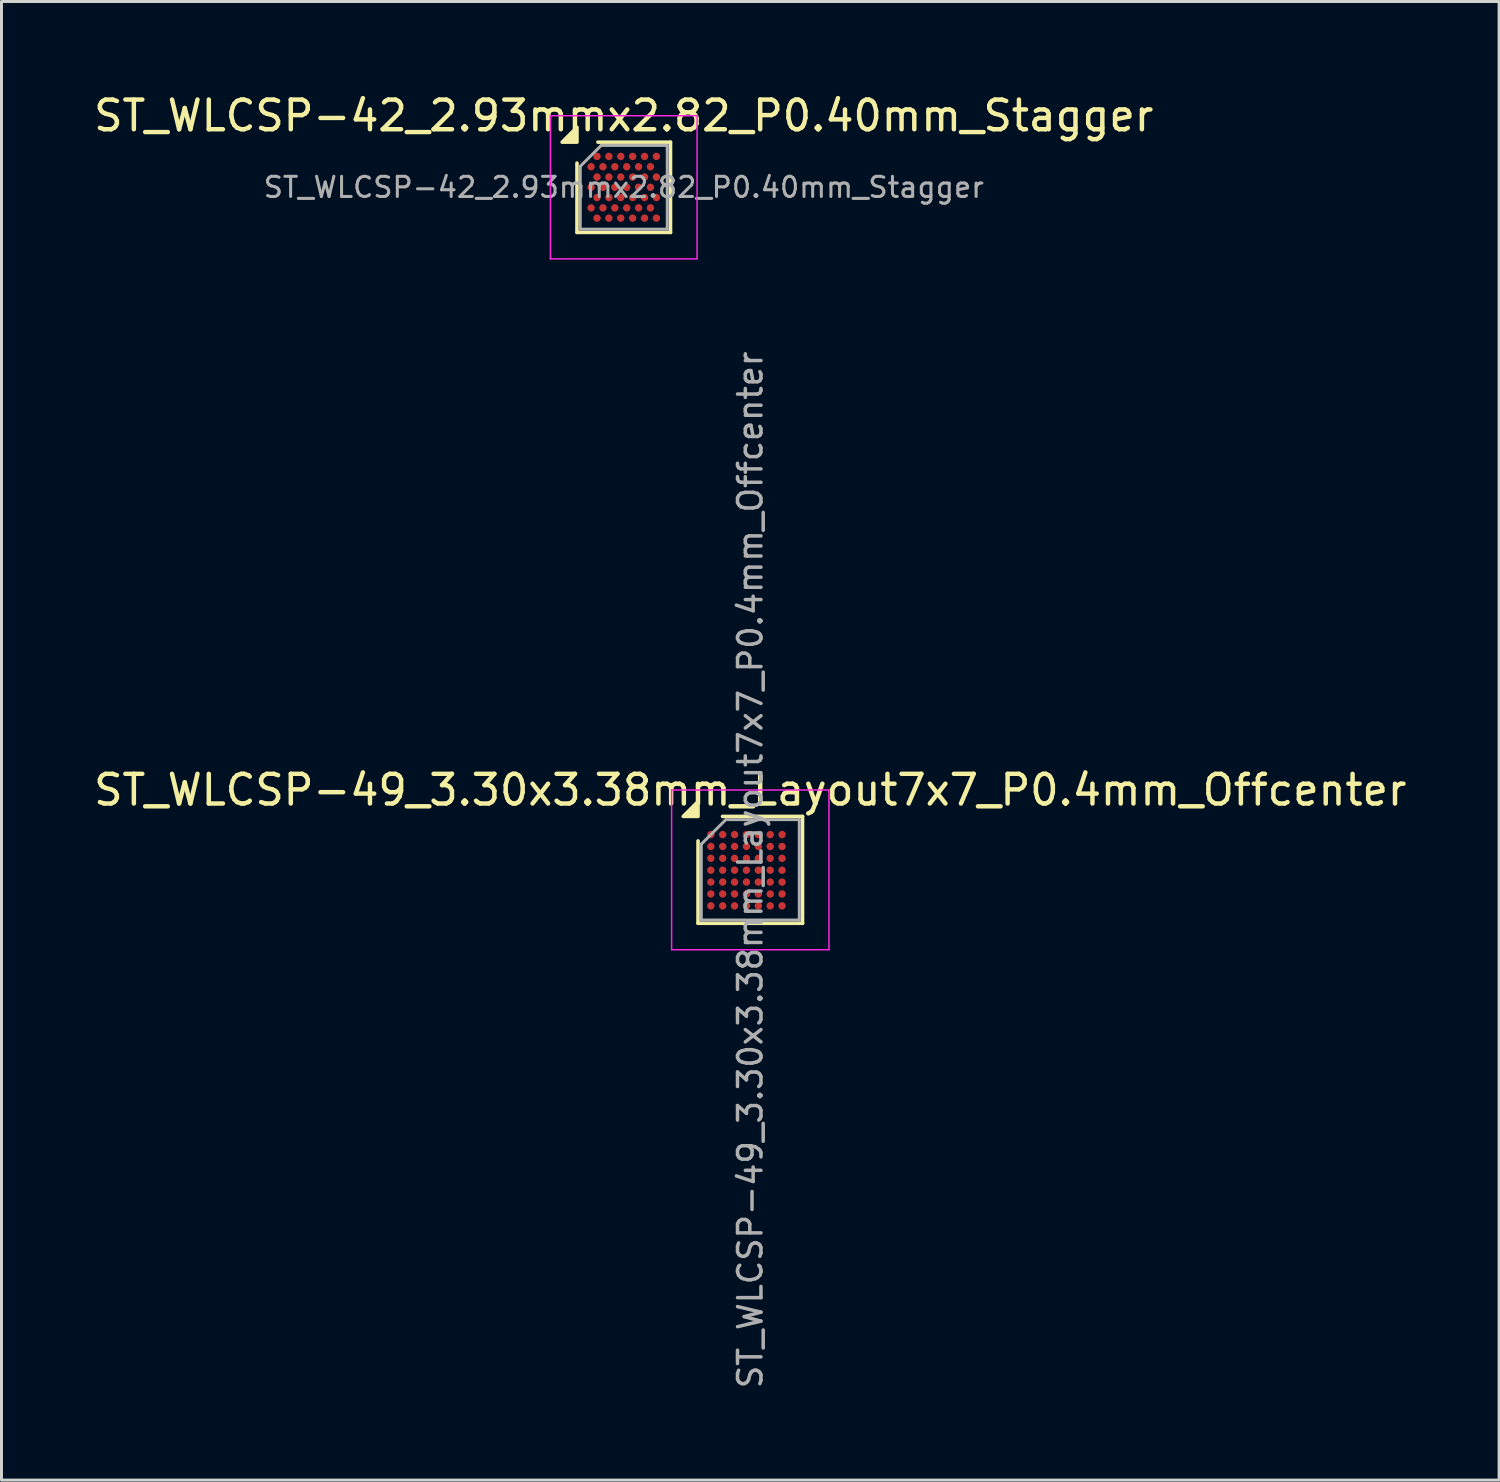
<source format=kicad_pcb>
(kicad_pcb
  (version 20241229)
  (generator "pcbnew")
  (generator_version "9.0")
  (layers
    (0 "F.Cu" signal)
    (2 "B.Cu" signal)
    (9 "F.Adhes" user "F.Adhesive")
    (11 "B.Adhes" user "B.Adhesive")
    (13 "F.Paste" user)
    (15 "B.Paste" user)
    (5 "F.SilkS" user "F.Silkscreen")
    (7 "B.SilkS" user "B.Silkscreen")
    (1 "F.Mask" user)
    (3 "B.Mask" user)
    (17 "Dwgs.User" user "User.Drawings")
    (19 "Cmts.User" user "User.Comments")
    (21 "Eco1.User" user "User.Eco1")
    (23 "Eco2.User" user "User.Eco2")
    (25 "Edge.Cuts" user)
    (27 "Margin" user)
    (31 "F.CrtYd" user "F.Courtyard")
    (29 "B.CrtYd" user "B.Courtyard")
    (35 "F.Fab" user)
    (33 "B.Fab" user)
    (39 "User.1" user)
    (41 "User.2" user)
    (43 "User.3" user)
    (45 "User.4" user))
  (footprint "ST_WLCSP-42_2.93mmx2.82_P0.40mm_Stagger"
    (layer "F.Cu")
    (at 17.958 3.258)
    (property "Reference" "ST_WLCSP-42_2.93mmx2.82_P0.40mm_Stagger" (at 0 -2.41 0) (layer "F.SilkS") (effects (font (size 1 1) (thickness 0.15))))
    (attr smd)
    (fp_line (start -1.575 1.52) (end -1.575 -0.815) (stroke (width 0.12) (type solid)) (layer "F.SilkS"))
    (fp_line (start -0.87 -1.52) (end 1.575 -1.52) (stroke (width 0.12) (type solid)) (layer "F.SilkS"))
    (fp_line (start 1.575 -1.52) (end 1.575 1.52) (stroke (width 0.12) (type solid)) (layer "F.SilkS"))
    (fp_line (start 1.575 1.52) (end -1.575 1.52) (stroke (width 0.12) (type solid)) (layer "F.SilkS"))
    (fp_poly (pts (xy -1.575 -1.52) (xy -2.075 -1.52) (xy -1.575 -2.02) (xy -1.575 -1.52)) (stroke (width 0.12) (type solid)) (fill yes) (layer "F.SilkS"))
    (fp_line (start -2.47 -2.41) (end -2.47 2.41) (stroke (width 0.05) (type solid)) (layer "F.CrtYd"))
    (fp_line (start -2.47 2.41) (end 2.47 2.41) (stroke (width 0.05) (type solid)) (layer "F.CrtYd"))
    (fp_line (start 2.47 -2.41) (end -2.47 -2.41) (stroke (width 0.05) (type solid)) (layer "F.CrtYd"))
    (fp_line (start 2.47 2.41) (end 2.47 -2.41) (stroke (width 0.05) (type solid)) (layer "F.CrtYd"))
    (fp_line (start -1.465 -0.705) (end -0.76 -1.41) (stroke (width 0.1) (type solid)) (layer "F.Fab"))
    (fp_line (start -1.465 1.41) (end -1.465 -0.705) (stroke (width 0.1) (type solid)) (layer "F.Fab"))
    (fp_line (start -0.76 -1.41) (end 1.465 -1.41) (stroke (width 0.1) (type solid)) (layer "F.Fab"))
    (fp_line (start 1.465 -1.41) (end 1.465 1.41) (stroke (width 0.1) (type solid)) (layer "F.Fab"))
    (fp_line (start 1.465 1.41) (end -1.465 1.41) (stroke (width 0.1) (type solid)) (layer "F.Fab"))
    (fp_text user "${REFERENCE}" (at 0 0 0) (layer "F.Fab") (effects (font (size 0.68 0.68) (thickness 0.102))))
    (pad "A2" smd circle (at -0.9 -1.039) (size 0.25 0.25) (property pad_prop_bga) (layers "F.Cu" "F.Mask" "F.Paste"))
    (pad "A4" smd circle (at -0.5 -1.039) (size 0.25 0.25) (property pad_prop_bga) (layers "F.Cu" "F.Mask" "F.Paste"))
    (pad "A6" smd circle (at -0.1 -1.039) (size 0.25 0.25) (property pad_prop_bga) (layers "F.Cu" "F.Mask" "F.Paste"))
    (pad "A8" smd circle (at 0.3 -1.039) (size 0.25 0.25) (property pad_prop_bga) (layers "F.Cu" "F.Mask" "F.Paste"))
    (pad "A10" smd circle (at 0.7 -1.039) (size 0.25 0.25) (property pad_prop_bga) (layers "F.Cu" "F.Mask" "F.Paste"))
    (pad "A12" smd circle (at 1.1 -1.039) (size 0.25 0.25) (property pad_prop_bga) (layers "F.Cu" "F.Mask" "F.Paste"))
    (pad "B1" smd circle (at -1.1 -0.693) (size 0.25 0.25) (property pad_prop_bga) (layers "F.Cu" "F.Mask" "F.Paste"))
    (pad "B3" smd circle (at -0.7 -0.693) (size 0.25 0.25) (property pad_prop_bga) (layers "F.Cu" "F.Mask" "F.Paste"))
    (pad "B5" smd circle (at -0.3 -0.693) (size 0.25 0.25) (property pad_prop_bga) (layers "F.Cu" "F.Mask" "F.Paste"))
    (pad "B7" smd circle (at 0.1 -0.693) (size 0.25 0.25) (property pad_prop_bga) (layers "F.Cu" "F.Mask" "F.Paste"))
    (pad "B9" smd circle (at 0.5 -0.693) (size 0.25 0.25) (property pad_prop_bga) (layers "F.Cu" "F.Mask" "F.Paste"))
    (pad "B11" smd circle (at 0.9 -0.693) (size 0.25 0.25) (property pad_prop_bga) (layers "F.Cu" "F.Mask" "F.Paste"))
    (pad "C2" smd circle (at -0.9 -0.346) (size 0.25 0.25) (property pad_prop_bga) (layers "F.Cu" "F.Mask" "F.Paste"))
    (pad "C4" smd circle (at -0.5 -0.346) (size 0.25 0.25) (property pad_prop_bga) (layers "F.Cu" "F.Mask" "F.Paste"))
    (pad "C6" smd circle (at -0.1 -0.346) (size 0.25 0.25) (property pad_prop_bga) (layers "F.Cu" "F.Mask" "F.Paste"))
    (pad "C8" smd circle (at 0.3 -0.346) (size 0.25 0.25) (property pad_prop_bga) (layers "F.Cu" "F.Mask" "F.Paste"))
    (pad "C10" smd circle (at 0.7 -0.346) (size 0.25 0.25) (property pad_prop_bga) (layers "F.Cu" "F.Mask" "F.Paste"))
    (pad "C12" smd circle (at 1.1 -0.346) (size 0.25 0.25) (property pad_prop_bga) (layers "F.Cu" "F.Mask" "F.Paste"))
    (pad "D1" smd circle (at -1.1 0) (size 0.25 0.25) (property pad_prop_bga) (layers "F.Cu" "F.Mask" "F.Paste"))
    (pad "D3" smd circle (at -0.7 0) (size 0.25 0.25) (property pad_prop_bga) (layers "F.Cu" "F.Mask" "F.Paste"))
    (pad "D5" smd circle (at -0.3 0) (size 0.25 0.25) (property pad_prop_bga) (layers "F.Cu" "F.Mask" "F.Paste"))
    (pad "D7" smd circle (at 0.1 0) (size 0.25 0.25) (property pad_prop_bga) (layers "F.Cu" "F.Mask" "F.Paste"))
    (pad "D9" smd circle (at 0.5 0) (size 0.25 0.25) (property pad_prop_bga) (layers "F.Cu" "F.Mask" "F.Paste"))
    (pad "D11" smd circle (at 0.9 0) (size 0.25 0.25) (property pad_prop_bga) (layers "F.Cu" "F.Mask" "F.Paste"))
    (pad "E2" smd circle (at -0.9 0.346) (size 0.25 0.25) (property pad_prop_bga) (layers "F.Cu" "F.Mask" "F.Paste"))
    (pad "E4" smd circle (at -0.5 0.346) (size 0.25 0.25) (property pad_prop_bga) (layers "F.Cu" "F.Mask" "F.Paste"))
    (pad "E6" smd circle (at -0.1 0.346) (size 0.25 0.25) (property pad_prop_bga) (layers "F.Cu" "F.Mask" "F.Paste"))
    (pad "E8" smd circle (at 0.3 0.346) (size 0.25 0.25) (property pad_prop_bga) (layers "F.Cu" "F.Mask" "F.Paste"))
    (pad "E10" smd circle (at 0.7 0.346) (size 0.25 0.25) (property pad_prop_bga) (layers "F.Cu" "F.Mask" "F.Paste"))
    (pad "E12" smd circle (at 1.1 0.346) (size 0.25 0.25) (property pad_prop_bga) (layers "F.Cu" "F.Mask" "F.Paste"))
    (pad "F1" smd circle (at -1.1 0.693) (size 0.25 0.25) (property pad_prop_bga) (layers "F.Cu" "F.Mask" "F.Paste"))
    (pad "F3" smd circle (at -0.7 0.693) (size 0.25 0.25) (property pad_prop_bga) (layers "F.Cu" "F.Mask" "F.Paste"))
    (pad "F5" smd circle (at -0.3 0.693) (size 0.25 0.25) (property pad_prop_bga) (layers "F.Cu" "F.Mask" "F.Paste"))
    (pad "F7" smd circle (at 0.1 0.693) (size 0.25 0.25) (property pad_prop_bga) (layers "F.Cu" "F.Mask" "F.Paste"))
    (pad "F9" smd circle (at 0.5 0.693) (size 0.25 0.25) (property pad_prop_bga) (layers "F.Cu" "F.Mask" "F.Paste"))
    (pad "F11" smd circle (at 0.9 0.693) (size 0.25 0.25) (property pad_prop_bga) (layers "F.Cu" "F.Mask" "F.Paste"))
    (pad "G2" smd circle (at -0.9 1.039) (size 0.25 0.25) (property pad_prop_bga) (layers "F.Cu" "F.Mask" "F.Paste"))
    (pad "G4" smd circle (at -0.5 1.039) (size 0.25 0.25) (property pad_prop_bga) (layers "F.Cu" "F.Mask" "F.Paste"))
    (pad "G6" smd circle (at -0.1 1.039) (size 0.25 0.25) (property pad_prop_bga) (layers "F.Cu" "F.Mask" "F.Paste"))
    (pad "G8" smd circle (at 0.3 1.039) (size 0.25 0.25) (property pad_prop_bga) (layers "F.Cu" "F.Mask" "F.Paste"))
    (pad "G10" smd circle (at 0.7 1.039) (size 0.25 0.25) (property pad_prop_bga) (layers "F.Cu" "F.Mask" "F.Paste"))
    (pad "G12" smd circle (at 1.1 1.039) (size 0.25 0.25) (property pad_prop_bga) (layers "F.Cu" "F.Mask" "F.Paste")))
  (footprint "ST_WLCSP-49_3.30x3.38mm_Layout7x7_P0.4mm_Offcenter"
    (layer "F.Cu")
    (at 22.22 26.247)
    (property "Reference" "ST_WLCSP-49_3.30x3.38mm_Layout7x7_P0.4mm_Offcenter" (at 0 -2.69 0) (layer "F.SilkS") (effects (font (size 1 1) (thickness 0.15))))
    (attr smd)
    (fp_line (start -1.76 1.8) (end -1.76 -0.975) (stroke (width 0.12) (type solid)) (layer "F.SilkS"))
    (fp_line (start -0.935 -1.8) (end 1.76 -1.8) (stroke (width 0.12) (type solid)) (layer "F.SilkS"))
    (fp_line (start 1.76 -1.8) (end 1.76 1.8) (stroke (width 0.12) (type solid)) (layer "F.SilkS"))
    (fp_line (start 1.76 1.8) (end -1.76 1.8) (stroke (width 0.12) (type solid)) (layer "F.SilkS"))
    (fp_poly (pts (xy -1.76 -1.8) (xy -2.26 -1.8) (xy -1.76 -2.3) (xy -1.76 -1.8)) (stroke (width 0.12) (type solid)) (fill yes) (layer "F.SilkS"))
    (fp_line (start -2.65 -2.69) (end -2.65 2.69) (stroke (width 0.05) (type solid)) (layer "F.CrtYd"))
    (fp_line (start -2.65 2.69) (end 2.65 2.69) (stroke (width 0.05) (type solid)) (layer "F.CrtYd"))
    (fp_line (start 2.65 -2.69) (end -2.65 -2.69) (stroke (width 0.05) (type solid)) (layer "F.CrtYd"))
    (fp_line (start 2.65 2.69) (end 2.65 -2.69) (stroke (width 0.05) (type solid)) (layer "F.CrtYd"))
    (fp_line (start -1.65 -0.865) (end -0.825 -1.69) (stroke (width 0.1) (type solid)) (layer "F.Fab"))
    (fp_line (start -1.65 1.69) (end -1.65 -0.865) (stroke (width 0.1) (type solid)) (layer "F.Fab"))
    (fp_line (start -0.825 -1.69) (end 1.65 -1.69) (stroke (width 0.1) (type solid)) (layer "F.Fab"))
    (fp_line (start 1.65 -1.69) (end 1.65 1.69) (stroke (width 0.1) (type solid)) (layer "F.Fab"))
    (fp_line (start 1.65 1.69) (end -1.65 1.69) (stroke (width 0.1) (type solid)) (layer "F.Fab"))
    (fp_text user "${REFERENCE}" (at 0 0 270) (layer "F.Fab") (effects (font (size 0.79 0.79) (thickness 0.118))))
    (pad "A1" smd circle (at -1.329 -1.188) (size 0.25 0.25) (property pad_prop_bga) (layers "F.Cu" "F.Mask" "F.Paste"))
    (pad "A2" smd circle (at -0.929 -1.188) (size 0.25 0.25) (property pad_prop_bga) (layers "F.Cu" "F.Mask" "F.Paste"))
    (pad "A3" smd circle (at -0.529 -1.188) (size 0.25 0.25) (property pad_prop_bga) (layers "F.Cu" "F.Mask" "F.Paste"))
    (pad "A4" smd circle (at -0.129 -1.188) (size 0.25 0.25) (property pad_prop_bga) (layers "F.Cu" "F.Mask" "F.Paste"))
    (pad "A5" smd circle (at 0.271 -1.188) (size 0.25 0.25) (property pad_prop_bga) (layers "F.Cu" "F.Mask" "F.Paste"))
    (pad "A6" smd circle (at 0.671 -1.188) (size 0.25 0.25) (property pad_prop_bga) (layers "F.Cu" "F.Mask" "F.Paste"))
    (pad "A7" smd circle (at 1.071 -1.188) (size 0.25 0.25) (property pad_prop_bga) (layers "F.Cu" "F.Mask" "F.Paste"))
    (pad "B1" smd circle (at -1.329 -0.788) (size 0.25 0.25) (property pad_prop_bga) (layers "F.Cu" "F.Mask" "F.Paste"))
    (pad "B2" smd circle (at -0.929 -0.788) (size 0.25 0.25) (property pad_prop_bga) (layers "F.Cu" "F.Mask" "F.Paste"))
    (pad "B3" smd circle (at -0.529 -0.788) (size 0.25 0.25) (property pad_prop_bga) (layers "F.Cu" "F.Mask" "F.Paste"))
    (pad "B4" smd circle (at -0.129 -0.788) (size 0.25 0.25) (property pad_prop_bga) (layers "F.Cu" "F.Mask" "F.Paste"))
    (pad "B5" smd circle (at 0.271 -0.788) (size 0.25 0.25) (property pad_prop_bga) (layers "F.Cu" "F.Mask" "F.Paste"))
    (pad "B6" smd circle (at 0.671 -0.788) (size 0.25 0.25) (property pad_prop_bga) (layers "F.Cu" "F.Mask" "F.Paste"))
    (pad "B7" smd circle (at 1.071 -0.788) (size 0.25 0.25) (property pad_prop_bga) (layers "F.Cu" "F.Mask" "F.Paste"))
    (pad "C1" smd circle (at -1.329 -0.388) (size 0.25 0.25) (property pad_prop_bga) (layers "F.Cu" "F.Mask" "F.Paste"))
    (pad "C2" smd circle (at -0.929 -0.388) (size 0.25 0.25) (property pad_prop_bga) (layers "F.Cu" "F.Mask" "F.Paste"))
    (pad "C3" smd circle (at -0.529 -0.388) (size 0.25 0.25) (property pad_prop_bga) (layers "F.Cu" "F.Mask" "F.Paste"))
    (pad "C4" smd circle (at -0.129 -0.388) (size 0.25 0.25) (property pad_prop_bga) (layers "F.Cu" "F.Mask" "F.Paste"))
    (pad "C5" smd circle (at 0.271 -0.388) (size 0.25 0.25) (property pad_prop_bga) (layers "F.Cu" "F.Mask" "F.Paste"))
    (pad "C6" smd circle (at 0.671 -0.388) (size 0.25 0.25) (property pad_prop_bga) (layers "F.Cu" "F.Mask" "F.Paste"))
    (pad "C7" smd circle (at 1.071 -0.388) (size 0.25 0.25) (property pad_prop_bga) (layers "F.Cu" "F.Mask" "F.Paste"))
    (pad "D1" smd circle (at -1.329 0.012) (size 0.25 0.25) (property pad_prop_bga) (layers "F.Cu" "F.Mask" "F.Paste"))
    (pad "D2" smd circle (at -0.929 0.012) (size 0.25 0.25) (property pad_prop_bga) (layers "F.Cu" "F.Mask" "F.Paste"))
    (pad "D3" smd circle (at -0.529 0.012) (size 0.25 0.25) (property pad_prop_bga) (layers "F.Cu" "F.Mask" "F.Paste"))
    (pad "D4" smd circle (at -0.129 0.012) (size 0.25 0.25) (property pad_prop_bga) (layers "F.Cu" "F.Mask" "F.Paste"))
    (pad "D5" smd circle (at 0.271 0.012) (size 0.25 0.25) (property pad_prop_bga) (layers "F.Cu" "F.Mask" "F.Paste"))
    (pad "D6" smd circle (at 0.671 0.012) (size 0.25 0.25) (property pad_prop_bga) (layers "F.Cu" "F.Mask" "F.Paste"))
    (pad "D7" smd circle (at 1.071 0.012) (size 0.25 0.25) (property pad_prop_bga) (layers "F.Cu" "F.Mask" "F.Paste"))
    (pad "E1" smd circle (at -1.329 0.412) (size 0.25 0.25) (property pad_prop_bga) (layers "F.Cu" "F.Mask" "F.Paste"))
    (pad "E2" smd circle (at -0.929 0.412) (size 0.25 0.25) (property pad_prop_bga) (layers "F.Cu" "F.Mask" "F.Paste"))
    (pad "E3" smd circle (at -0.529 0.412) (size 0.25 0.25) (property pad_prop_bga) (layers "F.Cu" "F.Mask" "F.Paste"))
    (pad "E4" smd circle (at -0.129 0.412) (size 0.25 0.25) (property pad_prop_bga) (layers "F.Cu" "F.Mask" "F.Paste"))
    (pad "E5" smd circle (at 0.271 0.412) (size 0.25 0.25) (property pad_prop_bga) (layers "F.Cu" "F.Mask" "F.Paste"))
    (pad "E6" smd circle (at 0.671 0.412) (size 0.25 0.25) (property pad_prop_bga) (layers "F.Cu" "F.Mask" "F.Paste"))
    (pad "E7" smd circle (at 1.071 0.412) (size 0.25 0.25) (property pad_prop_bga) (layers "F.Cu" "F.Mask" "F.Paste"))
    (pad "F1" smd circle (at -1.329 0.812) (size 0.25 0.25) (property pad_prop_bga) (layers "F.Cu" "F.Mask" "F.Paste"))
    (pad "F2" smd circle (at -0.929 0.812) (size 0.25 0.25) (property pad_prop_bga) (layers "F.Cu" "F.Mask" "F.Paste"))
    (pad "F3" smd circle (at -0.529 0.812) (size 0.25 0.25) (property pad_prop_bga) (layers "F.Cu" "F.Mask" "F.Paste"))
    (pad "F4" smd circle (at -0.129 0.812) (size 0.25 0.25) (property pad_prop_bga) (layers "F.Cu" "F.Mask" "F.Paste"))
    (pad "F5" smd circle (at 0.271 0.812) (size 0.25 0.25) (property pad_prop_bga) (layers "F.Cu" "F.Mask" "F.Paste"))
    (pad "F6" smd circle (at 0.671 0.812) (size 0.25 0.25) (property pad_prop_bga) (layers "F.Cu" "F.Mask" "F.Paste"))
    (pad "F7" smd circle (at 1.071 0.812) (size 0.25 0.25) (property pad_prop_bga) (layers "F.Cu" "F.Mask" "F.Paste"))
    (pad "G1" smd circle (at -1.329 1.212) (size 0.25 0.25) (property pad_prop_bga) (layers "F.Cu" "F.Mask" "F.Paste"))
    (pad "G2" smd circle (at -0.929 1.212) (size 0.25 0.25) (property pad_prop_bga) (layers "F.Cu" "F.Mask" "F.Paste"))
    (pad "G3" smd circle (at -0.529 1.212) (size 0.25 0.25) (property pad_prop_bga) (layers "F.Cu" "F.Mask" "F.Paste"))
    (pad "G4" smd circle (at -0.129 1.212) (size 0.25 0.25) (property pad_prop_bga) (layers "F.Cu" "F.Mask" "F.Paste"))
    (pad "G5" smd circle (at 0.271 1.212) (size 0.25 0.25) (property pad_prop_bga) (layers "F.Cu" "F.Mask" "F.Paste"))
    (pad "G6" smd circle (at 0.671 1.212) (size 0.25 0.25) (property pad_prop_bga) (layers "F.Cu" "F.Mask" "F.Paste"))
    (pad "G7" smd circle (at 1.071 1.212) (size 0.25 0.25) (property pad_prop_bga) (layers "F.Cu" "F.Mask" "F.Paste")))
  (gr_rect
    (start -3 -3)
    (end 47.44 46.801)
    (stroke (width 0.1) (type default))
    (fill no)
    (layer "Edge.Cuts")))
</source>
